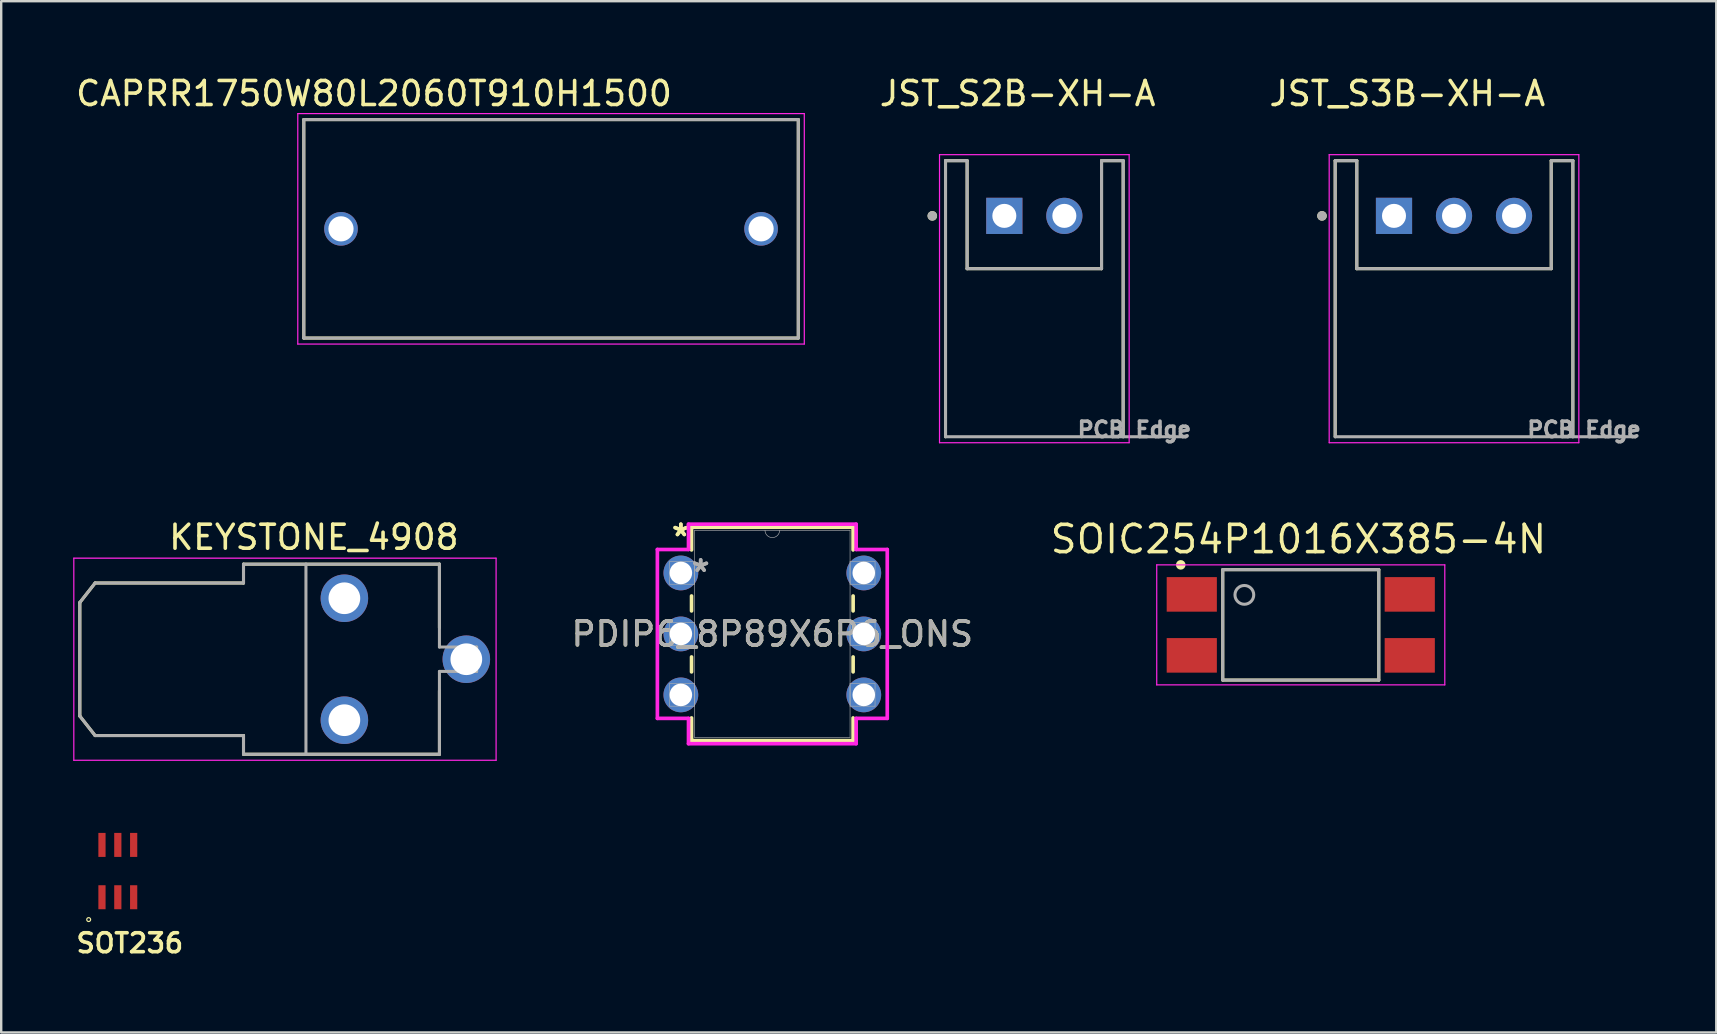
<source format=kicad_pcb>
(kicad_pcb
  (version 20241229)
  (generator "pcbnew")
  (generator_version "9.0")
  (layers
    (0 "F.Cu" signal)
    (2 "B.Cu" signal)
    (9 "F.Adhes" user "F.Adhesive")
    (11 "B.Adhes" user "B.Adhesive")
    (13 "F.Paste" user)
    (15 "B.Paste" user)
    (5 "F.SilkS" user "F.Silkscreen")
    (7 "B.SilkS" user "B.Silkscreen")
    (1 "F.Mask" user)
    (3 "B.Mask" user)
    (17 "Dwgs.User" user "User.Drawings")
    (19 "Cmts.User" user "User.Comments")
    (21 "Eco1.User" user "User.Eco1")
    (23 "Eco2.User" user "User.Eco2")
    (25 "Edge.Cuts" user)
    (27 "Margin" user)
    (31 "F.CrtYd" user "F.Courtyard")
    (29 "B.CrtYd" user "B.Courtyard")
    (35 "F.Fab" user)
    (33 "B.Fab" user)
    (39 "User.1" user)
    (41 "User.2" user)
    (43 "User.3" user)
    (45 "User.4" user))
  (footprint "SOT236"
    (layer "F.Cu")
    (at 1.858 33.237)
    (property "Reference" "SOT236" (at 0.5 3 0) (layer "F.SilkS") (effects (font (size 0.787 0.787) (thickness 0.15))))
    (attr smd)
    (fp_circle (center -1.214 2.021) (end -1.133 2.021) (stroke (width 0.05) (type solid)) (fill no) (layer "F.SilkS"))
    (pad "1" smd rect (at -0.66 1.09) (size 0.3 1) (layers "F.Cu" "F.Mask" "F.Paste"))
    (pad "2" smd rect (at 0 1.09) (size 0.3 1) (layers "F.Cu" "F.Mask" "F.Paste"))
    (pad "3" smd rect (at 0.66 1.09) (size 0.3 1) (layers "F.Cu" "F.Mask" "F.Paste"))
    (pad "4" smd rect (at 0.66 -1.09) (size 0.3 1) (layers "F.Cu" "F.Mask" "F.Paste"))
    (pad "5" smd rect (at 0 -1.09) (size 0.3 1) (layers "F.Cu" "F.Mask" "F.Paste"))
    (pad "6" smd rect (at -0.66 -1.09) (size 0.3 1) (layers "F.Cu" "F.Mask" "F.Paste")))
  (footprint "CAPRR1750W80L2060T910H1500"
    (layer "F.Cu")
    (at 19.905 6.483)
    (property "Reference" "CAPRR1750W80L2060T910H1500" (at -7.375 -5.635 0) (layer "F.SilkS") (effects (font (size 1 1) (thickness 0.15))))
    (attr through_hole)
    (fp_line (start -10.3 -4.55) (end -10.3 4.55) (stroke (width 0.127) (type solid)) (layer "F.SilkS"))
    (fp_line (start -10.3 -4.55) (end 10.3 -4.55) (stroke (width 0.127) (type solid)) (layer "F.SilkS"))
    (fp_line (start -10.3 4.55) (end 10.3 4.55) (stroke (width 0.127) (type solid)) (layer "F.SilkS"))
    (fp_line (start 10.3 -4.55) (end 10.3 4.55) (stroke (width 0.127) (type solid)) (layer "F.SilkS"))
    (fp_line (start -10.55 -4.8) (end -10.55 4.8) (stroke (width 0.05) (type solid)) (layer "F.CrtYd"))
    (fp_line (start -10.55 -4.8) (end 10.55 -4.8) (stroke (width 0.05) (type solid)) (layer "F.CrtYd"))
    (fp_line (start 10.55 -4.8) (end 10.55 4.8) (stroke (width 0.05) (type solid)) (layer "F.CrtYd"))
    (fp_line (start 10.55 4.8) (end -10.55 4.8) (stroke (width 0.05) (type solid)) (layer "F.CrtYd"))
    (fp_line (start -10.3 -4.55) (end -10.3 4.55) (stroke (width 0.127) (type solid)) (layer "F.Fab"))
    (fp_line (start -10.3 -4.55) (end 10.3 -4.55) (stroke (width 0.127) (type solid)) (layer "F.Fab"))
    (fp_line (start 10.3 -4.55) (end 10.3 4.55) (stroke (width 0.127) (type solid)) (layer "F.Fab"))
    (fp_line (start 10.3 4.55) (end -10.3 4.55) (stroke (width 0.127) (type solid)) (layer "F.Fab"))
    (pad "1" thru_hole circle (at -8.75 0) (size 1.4 1.4) (drill 1.05) (layers "*.Cu" "*.Mask"))
    (pad "2" thru_hole circle (at 8.75 0) (size 1.4 1.4) (drill 1.05) (layers "*.Cu" "*.Mask")))
  (footprint "JST_S3B-XH-A"
    (layer "F.Cu")
    (at 57.521 11.643)
    (property "Reference" "JST_S3B-XH-A" (at -1.945 -10.795 0) (layer "F.SilkS") (effects (font (size 1 1) (thickness 0.15))))
    (attr through_hole)
    (fp_line (start -4.95 -8) (end -4.95 3.5) (stroke (width 0.127) (type solid)) (layer "F.SilkS"))
    (fp_line (start -4.05 -8) (end -4.95 -8) (stroke (width 0.127) (type solid)) (layer "F.SilkS"))
    (fp_line (start -4.05 -3.5) (end -4.05 -8) (stroke (width 0.127) (type solid)) (layer "F.SilkS"))
    (fp_line (start 4.05 -8) (end 4.05 -3.5) (stroke (width 0.127) (type solid)) (layer "F.SilkS"))
    (fp_line (start 4.05 -3.5) (end -4.05 -3.5) (stroke (width 0.127) (type solid)) (layer "F.SilkS"))
    (fp_line (start 4.95 -8) (end 4.05 -8) (stroke (width 0.127) (type solid)) (layer "F.SilkS"))
    (fp_line (start 4.95 3.5) (end 4.95 -8) (stroke (width 0.127) (type solid)) (layer "F.SilkS"))
    (fp_circle (center -5.5 -5.7) (end -5.4 -5.7) (stroke (width 0.2) (type solid)) (fill no) (layer "F.SilkS"))
    (fp_line (start -5.2 -8.25) (end -5.2 3.75) (stroke (width 0.05) (type solid)) (layer "F.CrtYd"))
    (fp_line (start -5.2 3.75) (end 5.2 3.75) (stroke (width 0.05) (type solid)) (layer "F.CrtYd"))
    (fp_line (start 5.2 -8.25) (end -5.2 -8.25) (stroke (width 0.05) (type solid)) (layer "F.CrtYd"))
    (fp_line (start 5.2 3.75) (end 5.2 -8.25) (stroke (width 0.05) (type solid)) (layer "F.CrtYd"))
    (fp_line (start -4.95 -8) (end -4.95 3.5) (stroke (width 0.127) (type solid)) (layer "F.Fab"))
    (fp_line (start -4.95 3.5) (end 4.95 3.5) (stroke (width 0.127) (type solid)) (layer "F.Fab"))
    (fp_line (start -4.05 -8) (end -4.95 -8) (stroke (width 0.127) (type solid)) (layer "F.Fab"))
    (fp_line (start -4.05 -3.5) (end -4.05 -8) (stroke (width 0.127) (type solid)) (layer "F.Fab"))
    (fp_line (start 4.05 -8) (end 4.05 -3.5) (stroke (width 0.127) (type solid)) (layer "F.Fab"))
    (fp_line (start 4.05 -3.5) (end -4.05 -3.5) (stroke (width 0.127) (type solid)) (layer "F.Fab"))
    (fp_line (start 4.95 -8) (end 4.05 -8) (stroke (width 0.127) (type solid)) (layer "F.Fab"))
    (fp_line (start 4.95 3.5) (end 4.95 -8) (stroke (width 0.127) (type solid)) (layer "F.Fab"))
    (fp_line (start 4.95 3.5) (end 7.57 3.5) (stroke (width 0.127) (type solid)) (layer "F.Fab"))
    (fp_circle (center -5.5 -5.7) (end -5.4 -5.7) (stroke (width 0.2) (type solid)) (fill no) (layer "F.Fab"))
    (fp_text user "PCB Edge" (at 5.418 3.203 0) (layer "F.Fab") (effects (font (size 0.64 0.64) (thickness 0.15))))
    (pad "1" thru_hole rect (at -2.5 -5.7) (size 1.508 1.508) (drill 1) (layers "*.Cu" "*.Mask"))
    (pad "2" thru_hole circle (at 0 -5.7) (size 1.508 1.508) (drill 1) (layers "*.Cu" "*.Mask"))
    (pad "3" thru_hole circle (at 2.5 -5.7) (size 1.508 1.508) (drill 1) (layers "*.Cu" "*.Mask")))
  (footprint "KEYSTONE_4908"
    (layer "F.Cu")
    (at 11.296 24.412)
    (property "Reference" "KEYSTONE_4908" (at -1.27 -5.08 0) (layer "F.SilkS") (effects (font (size 1 1) (thickness 0.15))))
    (attr through_hole)
    (fp_line (start -11.021 -2.362) (end -10.383 -3.175) (stroke (width 0.127) (type solid)) (layer "F.SilkS"))
    (fp_line (start -11.021 2.367) (end -11.021 -2.362) (stroke (width 0.127) (type solid)) (layer "F.SilkS"))
    (fp_line (start -10.383 -3.175) (end -4.202 -3.175) (stroke (width 0.127) (type solid)) (layer "F.SilkS"))
    (fp_line (start -10.383 3.18) (end -11.021 2.367) (stroke (width 0.127) (type solid)) (layer "F.SilkS"))
    (fp_line (start -4.202 -3.96) (end 3.96 -3.96) (stroke (width 0.127) (type solid)) (layer "F.SilkS"))
    (fp_line (start -4.202 -3.175) (end -4.202 -3.96) (stroke (width 0.127) (type solid)) (layer "F.SilkS"))
    (fp_line (start -4.202 3.18) (end -10.383 3.18) (stroke (width 0.127) (type solid)) (layer "F.SilkS"))
    (fp_line (start -4.202 3.96) (end -4.202 3.18) (stroke (width 0.127) (type solid)) (layer "F.SilkS"))
    (fp_line (start 3.96 -3.96) (end 3.96 -1.31) (stroke (width 0.127) (type solid)) (layer "F.SilkS"))
    (fp_line (start 3.96 3.96) (end -4.202 3.96) (stroke (width 0.127) (type solid)) (layer "F.SilkS"))
    (fp_line (start 3.96 3.96) (end 3.96 1.31) (stroke (width 0.127) (type solid)) (layer "F.SilkS"))
    (fp_line (start -11.271 -4.21) (end 6.32 -4.21) (stroke (width 0.05) (type solid)) (layer "F.CrtYd"))
    (fp_line (start -11.271 4.21) (end -11.271 -4.21) (stroke (width 0.05) (type solid)) (layer "F.CrtYd"))
    (fp_line (start 6.32 -4.21) (end 6.32 4.21) (stroke (width 0.05) (type solid)) (layer "F.CrtYd"))
    (fp_line (start 6.32 4.21) (end -11.271 4.21) (stroke (width 0.05) (type solid)) (layer "F.CrtYd"))
    (fp_line (start -11.021 -2.362) (end -10.383 -3.175) (stroke (width 0.127) (type solid)) (layer "F.Fab"))
    (fp_line (start -11.021 2.367) (end -11.021 -2.362) (stroke (width 0.127) (type solid)) (layer "F.Fab"))
    (fp_line (start -10.383 -3.175) (end -4.202 -3.175) (stroke (width 0.127) (type solid)) (layer "F.Fab"))
    (fp_line (start -10.383 3.18) (end -11.021 2.367) (stroke (width 0.127) (type solid)) (layer "F.Fab"))
    (fp_line (start -4.202 -3.96) (end -1.601 -3.96) (stroke (width 0.127) (type solid)) (layer "F.Fab"))
    (fp_line (start -4.202 -3.175) (end -4.202 -3.96) (stroke (width 0.127) (type solid)) (layer "F.Fab"))
    (fp_line (start -4.202 3.18) (end -10.383 3.18) (stroke (width 0.127) (type solid)) (layer "F.Fab"))
    (fp_line (start -4.202 3.96) (end -4.202 3.18) (stroke (width 0.127) (type solid)) (layer "F.Fab"))
    (fp_line (start -1.601 -3.96) (end -1.601 3.96) (stroke (width 0.127) (type solid)) (layer "F.Fab"))
    (fp_line (start -1.601 -3.96) (end 3.96 -3.96) (stroke (width 0.127) (type solid)) (layer "F.Fab"))
    (fp_line (start -1.601 3.96) (end -4.202 3.96) (stroke (width 0.127) (type solid)) (layer "F.Fab"))
    (fp_line (start 3.96 -3.96) (end 3.96 -0.508) (stroke (width 0.127) (type solid)) (layer "F.Fab"))
    (fp_line (start 3.96 -0.508) (end 5.509 -0.508) (stroke (width 0.127) (type solid)) (layer "F.Fab"))
    (fp_line (start 3.96 0.508) (end 5.509 0.508) (stroke (width 0.127) (type solid)) (layer "F.Fab"))
    (fp_line (start 3.96 3.96) (end -1.601 3.96) (stroke (width 0.127) (type solid)) (layer "F.Fab"))
    (fp_line (start 3.96 3.96) (end 3.96 0.508) (stroke (width 0.127) (type solid)) (layer "F.Fab"))
    (fp_line (start 5.509 -0.508) (end 5.509 0.508) (stroke (width 0.127) (type solid)) (layer "F.Fab"))
    (pad "1_1" thru_hole circle (at 0 -2.54) (size 1.98 1.98) (drill 1.32) (layers "*.Cu" "*.Mask"))
    (pad "1_2" thru_hole circle (at 0 2.54) (size 1.98 1.98) (drill 1.32) (layers "*.Cu" "*.Mask"))
    (pad "1_3" thru_hole circle (at 5.08 0) (size 1.98 1.98) (drill 1.32) (layers "*.Cu" "*.Mask")))
  (footprint "PDIP6_8P89X6P6_ONS"
    (layer "F.Cu")
    (at 25.313 20.818)
    (property "Reference" "PDIP6_8P89X6P6_ONS" (at 3.81 2.54 0) (unlocked yes) (layer "F.SilkS") (effects (font (size 1 1) (thickness 0.15))))
    (attr through_hole)
    (fp_line (start 0.445 -1.905) (end 0.445 -0.959) (stroke (width 0.152) (type solid)) (layer "F.SilkS"))
    (fp_line (start 0.445 0.959) (end 0.445 1.581) (stroke (width 0.152) (type solid)) (layer "F.SilkS"))
    (fp_line (start 0.445 3.499) (end 0.445 4.121) (stroke (width 0.152) (type solid)) (layer "F.SilkS"))
    (fp_line (start 0.445 6.039) (end 0.445 6.985) (stroke (width 0.152) (type solid)) (layer "F.SilkS"))
    (fp_line (start 0.445 6.985) (end 7.176 6.985) (stroke (width 0.152) (type solid)) (layer "F.SilkS"))
    (fp_line (start 7.176 -1.905) (end 0.445 -1.905) (stroke (width 0.152) (type solid)) (layer "F.SilkS"))
    (fp_line (start 7.176 -0.959) (end 7.176 -1.905) (stroke (width 0.152) (type solid)) (layer "F.SilkS"))
    (fp_line (start 7.176 1.581) (end 7.176 0.959) (stroke (width 0.152) (type solid)) (layer "F.SilkS"))
    (fp_line (start 7.176 4.121) (end 7.176 3.499) (stroke (width 0.152) (type solid)) (layer "F.SilkS"))
    (fp_line (start 7.176 6.985) (end 7.176 6.039) (stroke (width 0.152) (type solid)) (layer "F.SilkS"))
    (fp_line (start -0.978 -0.978) (end 0.318 -0.978) (stroke (width 0.152) (type solid)) (layer "F.CrtYd"))
    (fp_line (start -0.978 6.058) (end -0.978 -0.978) (stroke (width 0.152) (type solid)) (layer "F.CrtYd"))
    (fp_line (start 0.318 -2.032) (end 7.303 -2.032) (stroke (width 0.152) (type solid)) (layer "F.CrtYd"))
    (fp_line (start 0.318 -0.978) (end 0.318 -2.032) (stroke (width 0.152) (type solid)) (layer "F.CrtYd"))
    (fp_line (start 0.318 6.058) (end -0.978 6.058) (stroke (width 0.152) (type solid)) (layer "F.CrtYd"))
    (fp_line (start 0.318 7.112) (end 0.318 6.058) (stroke (width 0.152) (type solid)) (layer "F.CrtYd"))
    (fp_line (start 7.303 -2.032) (end 7.303 -0.978) (stroke (width 0.152) (type solid)) (layer "F.CrtYd"))
    (fp_line (start 7.303 6.058) (end 7.303 7.112) (stroke (width 0.152) (type solid)) (layer "F.CrtYd"))
    (fp_line (start 7.303 7.112) (end 0.318 7.112) (stroke (width 0.152) (type solid)) (layer "F.CrtYd"))
    (fp_line (start 8.598 -0.978) (end 7.303 -0.978) (stroke (width 0.152) (type solid)) (layer "F.CrtYd"))
    (fp_line (start 8.598 -0.978) (end 8.598 6.058) (stroke (width 0.152) (type solid)) (layer "F.CrtYd"))
    (fp_line (start 8.598 6.058) (end 7.303 6.058) (stroke (width 0.152) (type solid)) (layer "F.CrtYd"))
    (fp_line (start -0.47 -0.47) (end -0.47 0.47) (stroke (width 0.025) (type solid)) (layer "F.Fab"))
    (fp_line (start -0.47 0.47) (end 0.572 0.47) (stroke (width 0.025) (type solid)) (layer "F.Fab"))
    (fp_line (start -0.47 2.07) (end -0.47 3.01) (stroke (width 0.025) (type solid)) (layer "F.Fab"))
    (fp_line (start -0.47 3.01) (end 0.572 3.01) (stroke (width 0.025) (type solid)) (layer "F.Fab"))
    (fp_line (start -0.47 4.61) (end -0.47 5.55) (stroke (width 0.025) (type solid)) (layer "F.Fab"))
    (fp_line (start -0.47 5.55) (end 0.572 5.55) (stroke (width 0.025) (type solid)) (layer "F.Fab"))
    (fp_line (start 0.572 -1.778) (end 0.572 6.858) (stroke (width 0.025) (type solid)) (layer "F.Fab"))
    (fp_line (start 0.572 -0.47) (end -0.47 -0.47) (stroke (width 0.025) (type solid)) (layer "F.Fab"))
    (fp_line (start 0.572 0.47) (end 0.572 -0.47) (stroke (width 0.025) (type solid)) (layer "F.Fab"))
    (fp_line (start 0.572 2.07) (end -0.47 2.07) (stroke (width 0.025) (type solid)) (layer "F.Fab"))
    (fp_line (start 0.572 3.01) (end 0.572 2.07) (stroke (width 0.025) (type solid)) (layer "F.Fab"))
    (fp_line (start 0.572 4.61) (end -0.47 4.61) (stroke (width 0.025) (type solid)) (layer "F.Fab"))
    (fp_line (start 0.572 5.55) (end 0.572 4.61) (stroke (width 0.025) (type solid)) (layer "F.Fab"))
    (fp_line (start 0.572 6.858) (end 7.048 6.858) (stroke (width 0.025) (type solid)) (layer "F.Fab"))
    (fp_line (start 7.048 -1.778) (end 0.572 -1.778) (stroke (width 0.025) (type solid)) (layer "F.Fab"))
    (fp_line (start 7.048 -0.47) (end 7.048 0.47) (stroke (width 0.025) (type solid)) (layer "F.Fab"))
    (fp_line (start 7.048 0.47) (end 8.09 0.47) (stroke (width 0.025) (type solid)) (layer "F.Fab"))
    (fp_line (start 7.048 2.07) (end 7.048 3.01) (stroke (width 0.025) (type solid)) (layer "F.Fab"))
    (fp_line (start 7.048 3.01) (end 8.09 3.01) (stroke (width 0.025) (type solid)) (layer "F.Fab"))
    (fp_line (start 7.048 4.61) (end 7.048 5.55) (stroke (width 0.025) (type solid)) (layer "F.Fab"))
    (fp_line (start 7.048 5.55) (end 8.09 5.55) (stroke (width 0.025) (type solid)) (layer "F.Fab"))
    (fp_line (start 7.048 6.858) (end 7.048 -1.778) (stroke (width 0.025) (type solid)) (layer "F.Fab"))
    (fp_line (start 8.09 -0.47) (end 7.048 -0.47) (stroke (width 0.025) (type solid)) (layer "F.Fab"))
    (fp_line (start 8.09 0.47) (end 8.09 -0.47) (stroke (width 0.025) (type solid)) (layer "F.Fab"))
    (fp_line (start 8.09 2.07) (end 7.048 2.07) (stroke (width 0.025) (type solid)) (layer "F.Fab"))
    (fp_line (start 8.09 3.01) (end 8.09 2.07) (stroke (width 0.025) (type solid)) (layer "F.Fab"))
    (fp_line (start 8.09 4.61) (end 7.048 4.61) (stroke (width 0.025) (type solid)) (layer "F.Fab"))
    (fp_line (start 8.09 5.55) (end 8.09 4.61) (stroke (width 0.025) (type solid)) (layer "F.Fab"))
    (fp_arc (start 4.1148 -1.778) (mid 3.81 -1.4732) (end 3.5052 -1.778) (stroke (width 0.0254) (type solid)) (layer "F.Fab"))
    (fp_text user "*" (at 0 -1.486 0) (unlocked yes) (layer "F.SilkS") (effects (font (size 1 1) (thickness 0.15))))
    (fp_text user "*" (at 0 -1.486 0) (layer "F.SilkS") (effects (font (size 1 1) (thickness 0.15))))
    (fp_text user "${REFERENCE}" (at 3.81 2.54 0) (unlocked yes) (layer "F.Fab") (effects (font (size 1 1) (thickness 0.15))))
    (fp_text user "*" (at 0.826 0 0) (unlocked yes) (layer "F.Fab") (effects (font (size 1 1) (thickness 0.15))))
    (fp_text user "*" (at 0.826 0 0) (layer "F.Fab") (effects (font (size 1 1) (thickness 0.15))))
    (pad "1" thru_hole circle (at 0 0) (size 1.448 1.448) (drill 0.94) (layers "*.Cu" "*.Mask"))
    (pad "2" thru_hole circle (at 0 2.54) (size 1.448 1.448) (drill 0.94) (layers "*.Cu" "*.Mask"))
    (pad "3" thru_hole circle (at 0 5.08) (size 1.448 1.448) (drill 0.94) (layers "*.Cu" "*.Mask"))
    (pad "4" thru_hole circle (at 7.62 5.08) (size 1.448 1.448) (drill 0.94) (layers "*.Cu" "*.Mask"))
    (pad "5" thru_hole circle (at 7.62 2.54) (size 1.448 1.448) (drill 0.94) (layers "*.Cu" "*.Mask"))
    (pad "6" thru_hole circle (at 7.62 0) (size 1.448 1.448) (drill 0.94) (layers "*.Cu" "*.Mask")))
  (footprint "JST_S2B-XH-A"
    (layer "F.Cu")
    (at 40.038 11.643)
    (property "Reference" "JST_S2B-XH-A" (at -0.695 -10.795 0) (layer "F.SilkS") (effects (font (size 1 1) (thickness 0.15))))
    (attr through_hole)
    (fp_line (start -3.7 -8) (end -3.7 3.5) (stroke (width 0.127) (type solid)) (layer "F.SilkS"))
    (fp_line (start -2.8 -8) (end -3.7 -8) (stroke (width 0.127) (type solid)) (layer "F.SilkS"))
    (fp_line (start -2.8 -3.5) (end -2.8 -8) (stroke (width 0.127) (type solid)) (layer "F.SilkS"))
    (fp_line (start 2.8 -8) (end 2.8 -3.5) (stroke (width 0.127) (type solid)) (layer "F.SilkS"))
    (fp_line (start 2.8 -3.5) (end -2.8 -3.5) (stroke (width 0.127) (type solid)) (layer "F.SilkS"))
    (fp_line (start 3.7 -8) (end 2.8 -8) (stroke (width 0.127) (type solid)) (layer "F.SilkS"))
    (fp_line (start 3.7 3.5) (end 3.7 -8) (stroke (width 0.127) (type solid)) (layer "F.SilkS"))
    (fp_circle (center -4.25 -5.7) (end -4.15 -5.7) (stroke (width 0.2) (type solid)) (fill no) (layer "F.SilkS"))
    (fp_line (start -3.95 -8.25) (end -3.95 3.75) (stroke (width 0.05) (type solid)) (layer "F.CrtYd"))
    (fp_line (start -3.95 3.75) (end 3.95 3.75) (stroke (width 0.05) (type solid)) (layer "F.CrtYd"))
    (fp_line (start 3.95 -8.25) (end -3.95 -8.25) (stroke (width 0.05) (type solid)) (layer "F.CrtYd"))
    (fp_line (start 3.95 3.75) (end 3.95 -8.25) (stroke (width 0.05) (type solid)) (layer "F.CrtYd"))
    (fp_line (start -3.7 -8) (end -3.7 3.5) (stroke (width 0.127) (type solid)) (layer "F.Fab"))
    (fp_line (start -3.7 3.5) (end 3.7 3.5) (stroke (width 0.127) (type solid)) (layer "F.Fab"))
    (fp_line (start -2.8 -8) (end -3.7 -8) (stroke (width 0.127) (type solid)) (layer "F.Fab"))
    (fp_line (start -2.8 -3.5) (end -2.8 -8) (stroke (width 0.127) (type solid)) (layer "F.Fab"))
    (fp_line (start 2.8 -8) (end 2.8 -3.5) (stroke (width 0.127) (type solid)) (layer "F.Fab"))
    (fp_line (start 2.8 -3.5) (end -2.8 -3.5) (stroke (width 0.127) (type solid)) (layer "F.Fab"))
    (fp_line (start 3.7 -8) (end 2.8 -8) (stroke (width 0.127) (type solid)) (layer "F.Fab"))
    (fp_line (start 3.7 3.5) (end 3.7 -8) (stroke (width 0.127) (type solid)) (layer "F.Fab"))
    (fp_line (start 3.7 3.5) (end 6.32 3.5) (stroke (width 0.127) (type solid)) (layer "F.Fab"))
    (fp_circle (center -4.25 -5.7) (end -4.15 -5.7) (stroke (width 0.2) (type solid)) (fill no) (layer "F.Fab"))
    (fp_text user "PCB Edge" (at 4.168 3.203 0) (layer "F.Fab") (effects (font (size 0.64 0.64) (thickness 0.15))))
    (pad "1" thru_hole rect (at -1.25 -5.7) (size 1.508 1.508) (drill 1) (layers "*.Cu" "*.Mask"))
    (pad "2" thru_hole circle (at 1.25 -5.7) (size 1.508 1.508) (drill 1) (layers "*.Cu" "*.Mask")))
  (footprint "SOIC254P1016X385-4N"
    (layer "F.Cu")
    (at 51.137 22.981)
    (property "Reference" "SOIC254P1016X385-4N" (at -0.096 -3.57 0) (layer "F.SilkS") (effects (font (size 1.135 1.135) (thickness 0.15))))
    (attr smd)
    (fp_line (start -3.25 -2.3) (end 3.25 -2.3) (stroke (width 0.127) (type solid)) (layer "F.SilkS"))
    (fp_line (start -3.25 2.3) (end -3.25 -2.3) (stroke (width 0.127) (type solid)) (layer "F.SilkS"))
    (fp_line (start 3.25 -2.3) (end 3.25 2.3) (stroke (width 0.127) (type solid)) (layer "F.SilkS"))
    (fp_line (start 3.25 2.3) (end -3.25 2.3) (stroke (width 0.127) (type solid)) (layer "F.SilkS"))
    (fp_circle (center -5 -2.5) (end -4.9 -2.5) (stroke (width 0.2) (type solid)) (fill no) (layer "F.SilkS"))
    (fp_line (start -6 -2.5) (end 6 -2.5) (stroke (width 0.05) (type solid)) (layer "F.CrtYd"))
    (fp_line (start -6 2.5) (end -6 -2.5) (stroke (width 0.05) (type solid)) (layer "F.CrtYd"))
    (fp_line (start 6 -2.5) (end 6 2.5) (stroke (width 0.05) (type solid)) (layer "F.CrtYd"))
    (fp_line (start 6 2.5) (end -6 2.5) (stroke (width 0.05) (type solid)) (layer "F.CrtYd"))
    (fp_line (start -3.25 -2.3) (end 3.25 -2.3) (stroke (width 0.127) (type solid)) (layer "F.Fab"))
    (fp_line (start -3.25 2.3) (end -3.25 -2.3) (stroke (width 0.127) (type solid)) (layer "F.Fab"))
    (fp_line (start 3.25 -2.3) (end 3.25 2.3) (stroke (width 0.127) (type solid)) (layer "F.Fab"))
    (fp_line (start 3.25 2.3) (end -3.25 2.3) (stroke (width 0.127) (type solid)) (layer "F.Fab"))
    (fp_circle (center -2.35 -1.25) (end -1.959 -1.25) (stroke (width 0.127) (type solid)) (fill no) (layer "F.Fab"))
    (pad "1" smd rect (at -4.54 -1.27) (size 2.09 1.44) (layers "F.Cu" "F.Mask" "F.Paste"))
    (pad "2" smd rect (at -4.54 1.27) (size 2.09 1.44) (layers "F.Cu" "F.Mask" "F.Paste"))
    (pad "3" smd rect (at 4.54 1.27) (size 2.09 1.44) (layers "F.Cu" "F.Mask" "F.Paste"))
    (pad "4" smd rect (at 4.54 -1.27) (size 2.09 1.44) (layers "F.Cu" "F.Mask" "F.Paste")))
  (gr_rect
    (start -3 -3)
    (end 68.446 39.961)
    (stroke (width 0.1) (type default))
    (fill no)
    (layer "Edge.Cuts")))
</source>
